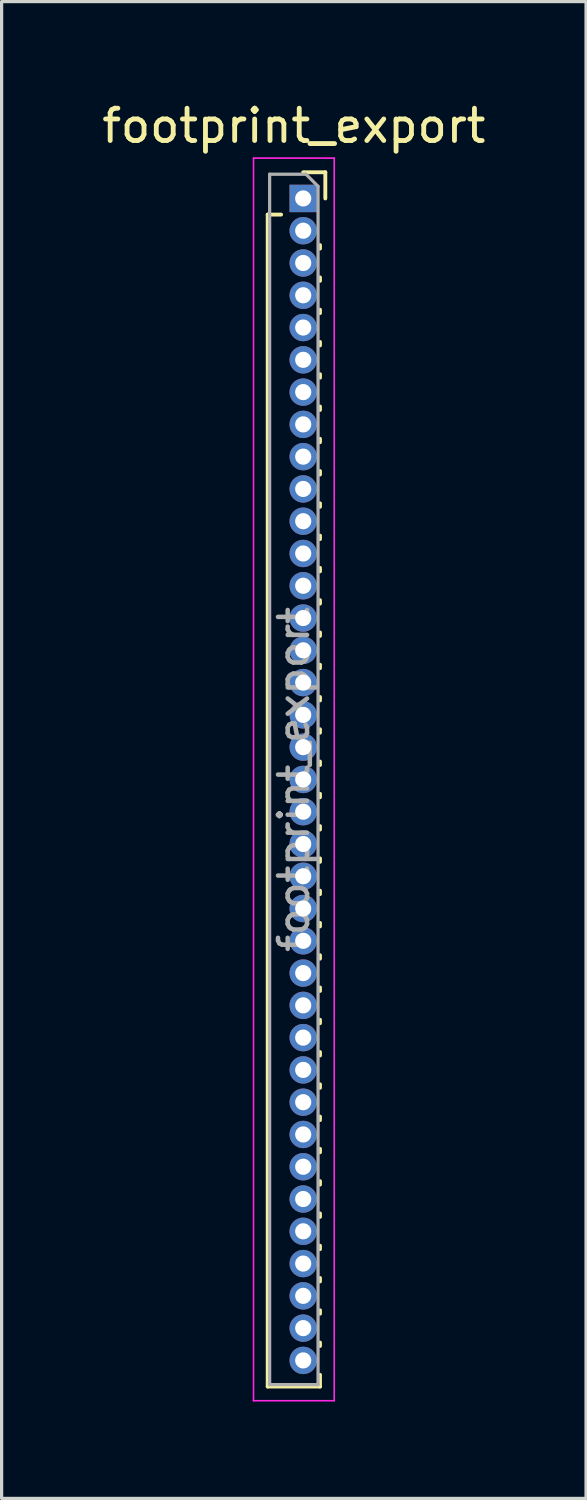
<source format=kicad_pcb>
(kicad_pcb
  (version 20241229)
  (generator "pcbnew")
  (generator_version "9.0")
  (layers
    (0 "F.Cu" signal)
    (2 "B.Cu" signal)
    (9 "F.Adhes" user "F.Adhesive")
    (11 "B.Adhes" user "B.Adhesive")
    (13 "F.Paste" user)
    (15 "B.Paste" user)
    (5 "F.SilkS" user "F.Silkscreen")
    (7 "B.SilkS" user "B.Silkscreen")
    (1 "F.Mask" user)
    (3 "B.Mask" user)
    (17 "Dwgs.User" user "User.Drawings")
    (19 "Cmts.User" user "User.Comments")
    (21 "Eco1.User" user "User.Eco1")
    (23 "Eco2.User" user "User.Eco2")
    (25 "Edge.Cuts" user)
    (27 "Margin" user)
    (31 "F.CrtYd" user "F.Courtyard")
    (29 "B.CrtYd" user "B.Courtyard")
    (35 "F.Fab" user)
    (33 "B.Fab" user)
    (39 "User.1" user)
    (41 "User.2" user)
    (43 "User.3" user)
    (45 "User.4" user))
  (footprint "footprint_export"
    (layer "F.Cu")
    (at 6.344 3.098)
    (property "Reference" "footprint_export" (at -0.29 -2.25 0) (layer "F.SilkS") (effects (font (size 1 1) (thickness 0.15))))
    (attr through_hole)
    (fp_line (start -1.1 0.5) (end -1.1 36.81) (stroke (width 0.12) (type solid)) (layer "F.SilkS"))
    (fp_line (start -1.1 0.5) (end -0.685 0.5) (stroke (width 0.12) (type solid)) (layer "F.SilkS"))
    (fp_line (start -1.1 36.81) (end 0.52 36.81) (stroke (width 0.12) (type solid)) (layer "F.SilkS"))
    (fp_line (start 0 -0.81) (end 0.685 -0.81) (stroke (width 0.12) (type solid)) (layer "F.SilkS"))
    (fp_line (start 0.52 1.446) (end 0.52 1.554) (stroke (width 0.12) (type solid)) (layer "F.SilkS"))
    (fp_line (start 0.52 2.446) (end 0.52 2.554) (stroke (width 0.12) (type solid)) (layer "F.SilkS"))
    (fp_line (start 0.52 3.446) (end 0.52 3.554) (stroke (width 0.12) (type solid)) (layer "F.SilkS"))
    (fp_line (start 0.52 4.446) (end 0.52 4.554) (stroke (width 0.12) (type solid)) (layer "F.SilkS"))
    (fp_line (start 0.52 5.446) (end 0.52 5.554) (stroke (width 0.12) (type solid)) (layer "F.SilkS"))
    (fp_line (start 0.52 6.446) (end 0.52 6.554) (stroke (width 0.12) (type solid)) (layer "F.SilkS"))
    (fp_line (start 0.52 7.446) (end 0.52 7.554) (stroke (width 0.12) (type solid)) (layer "F.SilkS"))
    (fp_line (start 0.52 8.446) (end 0.52 8.554) (stroke (width 0.12) (type solid)) (layer "F.SilkS"))
    (fp_line (start 0.52 9.446) (end 0.52 9.554) (stroke (width 0.12) (type solid)) (layer "F.SilkS"))
    (fp_line (start 0.52 10.446) (end 0.52 10.554) (stroke (width 0.12) (type solid)) (layer "F.SilkS"))
    (fp_line (start 0.52 11.446) (end 0.52 11.554) (stroke (width 0.12) (type solid)) (layer "F.SilkS"))
    (fp_line (start 0.52 12.446) (end 0.52 12.554) (stroke (width 0.12) (type solid)) (layer "F.SilkS"))
    (fp_line (start 0.52 13.446) (end 0.52 13.554) (stroke (width 0.12) (type solid)) (layer "F.SilkS"))
    (fp_line (start 0.52 14.446) (end 0.52 14.554) (stroke (width 0.12) (type solid)) (layer "F.SilkS"))
    (fp_line (start 0.52 15.446) (end 0.52 15.554) (stroke (width 0.12) (type solid)) (layer "F.SilkS"))
    (fp_line (start 0.52 16.446) (end 0.52 16.554) (stroke (width 0.12) (type solid)) (layer "F.SilkS"))
    (fp_line (start 0.52 17.446) (end 0.52 17.554) (stroke (width 0.12) (type solid)) (layer "F.SilkS"))
    (fp_line (start 0.52 18.446) (end 0.52 18.554) (stroke (width 0.12) (type solid)) (layer "F.SilkS"))
    (fp_line (start 0.52 19.446) (end 0.52 19.554) (stroke (width 0.12) (type solid)) (layer "F.SilkS"))
    (fp_line (start 0.52 20.446) (end 0.52 20.554) (stroke (width 0.12) (type solid)) (layer "F.SilkS"))
    (fp_line (start 0.52 21.446) (end 0.52 21.554) (stroke (width 0.12) (type solid)) (layer "F.SilkS"))
    (fp_line (start 0.52 22.446) (end 0.52 22.554) (stroke (width 0.12) (type solid)) (layer "F.SilkS"))
    (fp_line (start 0.52 23.446) (end 0.52 23.554) (stroke (width 0.12) (type solid)) (layer "F.SilkS"))
    (fp_line (start 0.52 24.446) (end 0.52 24.554) (stroke (width 0.12) (type solid)) (layer "F.SilkS"))
    (fp_line (start 0.52 25.446) (end 0.52 25.554) (stroke (width 0.12) (type solid)) (layer "F.SilkS"))
    (fp_line (start 0.52 26.446) (end 0.52 26.554) (stroke (width 0.12) (type solid)) (layer "F.SilkS"))
    (fp_line (start 0.52 27.446) (end 0.52 27.554) (stroke (width 0.12) (type solid)) (layer "F.SilkS"))
    (fp_line (start 0.52 28.446) (end 0.52 28.554) (stroke (width 0.12) (type solid)) (layer "F.SilkS"))
    (fp_line (start 0.52 29.446) (end 0.52 29.554) (stroke (width 0.12) (type solid)) (layer "F.SilkS"))
    (fp_line (start 0.52 30.446) (end 0.52 30.554) (stroke (width 0.12) (type solid)) (layer "F.SilkS"))
    (fp_line (start 0.52 31.446) (end 0.52 31.554) (stroke (width 0.12) (type solid)) (layer "F.SilkS"))
    (fp_line (start 0.52 32.446) (end 0.52 32.554) (stroke (width 0.12) (type solid)) (layer "F.SilkS"))
    (fp_line (start 0.52 33.446) (end 0.52 33.554) (stroke (width 0.12) (type solid)) (layer "F.SilkS"))
    (fp_line (start 0.52 34.446) (end 0.52 34.554) (stroke (width 0.12) (type solid)) (layer "F.SilkS"))
    (fp_line (start 0.52 35.446) (end 0.52 35.554) (stroke (width 0.12) (type solid)) (layer "F.SilkS"))
    (fp_line (start 0.52 36.446) (end 0.52 36.81) (stroke (width 0.12) (type solid)) (layer "F.SilkS"))
    (fp_line (start 0.685 -0.81) (end 0.685 0) (stroke (width 0.12) (type solid)) (layer "F.SilkS"))
    (fp_line (start -1.54 -1.25) (end 0.96 -1.25) (stroke (width 0.05) (type solid)) (layer "F.CrtYd"))
    (fp_line (start -1.54 37.25) (end -1.54 -1.25) (stroke (width 0.05) (type solid)) (layer "F.CrtYd"))
    (fp_line (start 0.96 -1.25) (end 0.96 37.25) (stroke (width 0.05) (type solid)) (layer "F.CrtYd"))
    (fp_line (start 0.96 37.25) (end -1.54 37.25) (stroke (width 0.05) (type solid)) (layer "F.CrtYd"))
    (fp_line (start -1.04 -0.75) (end 0.085 -0.75) (stroke (width 0.1) (type solid)) (layer "F.Fab"))
    (fp_line (start -1.04 36.75) (end -1.04 -0.75) (stroke (width 0.1) (type solid)) (layer "F.Fab"))
    (fp_line (start 0.085 -0.75) (end 0.46 -0.375) (stroke (width 0.1) (type solid)) (layer "F.Fab"))
    (fp_line (start 0.46 -0.375) (end 0.46 36.75) (stroke (width 0.1) (type solid)) (layer "F.Fab"))
    (fp_line (start 0.46 36.75) (end -1.04 36.75) (stroke (width 0.1) (type solid)) (layer "F.Fab"))
    (fp_text user "${REFERENCE}" (at -0.29 18 90) (layer "F.Fab") (effects (font (size 0.9 0.9) (thickness 0.14))))
    (pad "1" thru_hole rect (at 0 0) (size 0.85 0.85) (drill 0.5) (layers "*.Cu" "*.Mask"))
    (pad "2" thru_hole oval (at 0 1) (size 0.85 0.85) (drill 0.5) (layers "*.Cu" "*.Mask"))
    (pad "3" thru_hole oval (at 0 2) (size 0.85 0.85) (drill 0.5) (layers "*.Cu" "*.Mask"))
    (pad "4" thru_hole oval (at 0 3) (size 0.85 0.85) (drill 0.5) (layers "*.Cu" "*.Mask"))
    (pad "5" thru_hole oval (at 0 4) (size 0.85 0.85) (drill 0.5) (layers "*.Cu" "*.Mask"))
    (pad "6" thru_hole oval (at 0 5) (size 0.85 0.85) (drill 0.5) (layers "*.Cu" "*.Mask"))
    (pad "7" thru_hole oval (at 0 6) (size 0.85 0.85) (drill 0.5) (layers "*.Cu" "*.Mask"))
    (pad "8" thru_hole oval (at 0 7) (size 0.85 0.85) (drill 0.5) (layers "*.Cu" "*.Mask"))
    (pad "9" thru_hole oval (at 0 8) (size 0.85 0.85) (drill 0.5) (layers "*.Cu" "*.Mask"))
    (pad "10" thru_hole oval (at 0 9) (size 0.85 0.85) (drill 0.5) (layers "*.Cu" "*.Mask"))
    (pad "11" thru_hole oval (at 0 10) (size 0.85 0.85) (drill 0.5) (layers "*.Cu" "*.Mask"))
    (pad "12" thru_hole oval (at 0 11) (size 0.85 0.85) (drill 0.5) (layers "*.Cu" "*.Mask"))
    (pad "13" thru_hole oval (at 0 12) (size 0.85 0.85) (drill 0.5) (layers "*.Cu" "*.Mask"))
    (pad "14" thru_hole oval (at 0 13) (size 0.85 0.85) (drill 0.5) (layers "*.Cu" "*.Mask"))
    (pad "15" thru_hole oval (at 0 14) (size 0.85 0.85) (drill 0.5) (layers "*.Cu" "*.Mask"))
    (pad "16" thru_hole oval (at 0 15) (size 0.85 0.85) (drill 0.5) (layers "*.Cu" "*.Mask"))
    (pad "17" thru_hole oval (at 0 16) (size 0.85 0.85) (drill 0.5) (layers "*.Cu" "*.Mask"))
    (pad "18" thru_hole oval (at 0 17) (size 0.85 0.85) (drill 0.5) (layers "*.Cu" "*.Mask"))
    (pad "19" thru_hole oval (at 0 18) (size 0.85 0.85) (drill 0.5) (layers "*.Cu" "*.Mask"))
    (pad "20" thru_hole oval (at 0 19) (size 0.85 0.85) (drill 0.5) (layers "*.Cu" "*.Mask"))
    (pad "21" thru_hole oval (at 0 20) (size 0.85 0.85) (drill 0.5) (layers "*.Cu" "*.Mask"))
    (pad "22" thru_hole oval (at 0 21) (size 0.85 0.85) (drill 0.5) (layers "*.Cu" "*.Mask"))
    (pad "23" thru_hole oval (at 0 22) (size 0.85 0.85) (drill 0.5) (layers "*.Cu" "*.Mask"))
    (pad "24" thru_hole oval (at 0 23) (size 0.85 0.85) (drill 0.5) (layers "*.Cu" "*.Mask"))
    (pad "25" thru_hole oval (at 0 24) (size 0.85 0.85) (drill 0.5) (layers "*.Cu" "*.Mask"))
    (pad "26" thru_hole oval (at 0 25) (size 0.85 0.85) (drill 0.5) (layers "*.Cu" "*.Mask"))
    (pad "27" thru_hole oval (at 0 26) (size 0.85 0.85) (drill 0.5) (layers "*.Cu" "*.Mask"))
    (pad "28" thru_hole oval (at 0 27) (size 0.85 0.85) (drill 0.5) (layers "*.Cu" "*.Mask"))
    (pad "29" thru_hole oval (at 0 28) (size 0.85 0.85) (drill 0.5) (layers "*.Cu" "*.Mask"))
    (pad "30" thru_hole oval (at 0 29) (size 0.85 0.85) (drill 0.5) (layers "*.Cu" "*.Mask"))
    (pad "31" thru_hole oval (at 0 30) (size 0.85 0.85) (drill 0.5) (layers "*.Cu" "*.Mask"))
    (pad "32" thru_hole oval (at 0 31) (size 0.85 0.85) (drill 0.5) (layers "*.Cu" "*.Mask"))
    (pad "33" thru_hole oval (at 0 32) (size 0.85 0.85) (drill 0.5) (layers "*.Cu" "*.Mask"))
    (pad "34" thru_hole oval (at 0 33) (size 0.85 0.85) (drill 0.5) (layers "*.Cu" "*.Mask"))
    (pad "35" thru_hole oval (at 0 34) (size 0.85 0.85) (drill 0.5) (layers "*.Cu" "*.Mask"))
    (pad "36" thru_hole oval (at 0 35) (size 0.85 0.85) (drill 0.5) (layers "*.Cu" "*.Mask"))
    (pad "37" thru_hole oval (at 0 36) (size 0.85 0.85) (drill 0.5) (layers "*.Cu" "*.Mask")))
  (gr_rect
    (start -3 -3)
    (end 15.107 43.373)
    (stroke (width 0.1) (type default))
    (fill no)
    (layer "Edge.Cuts")))
</source>
